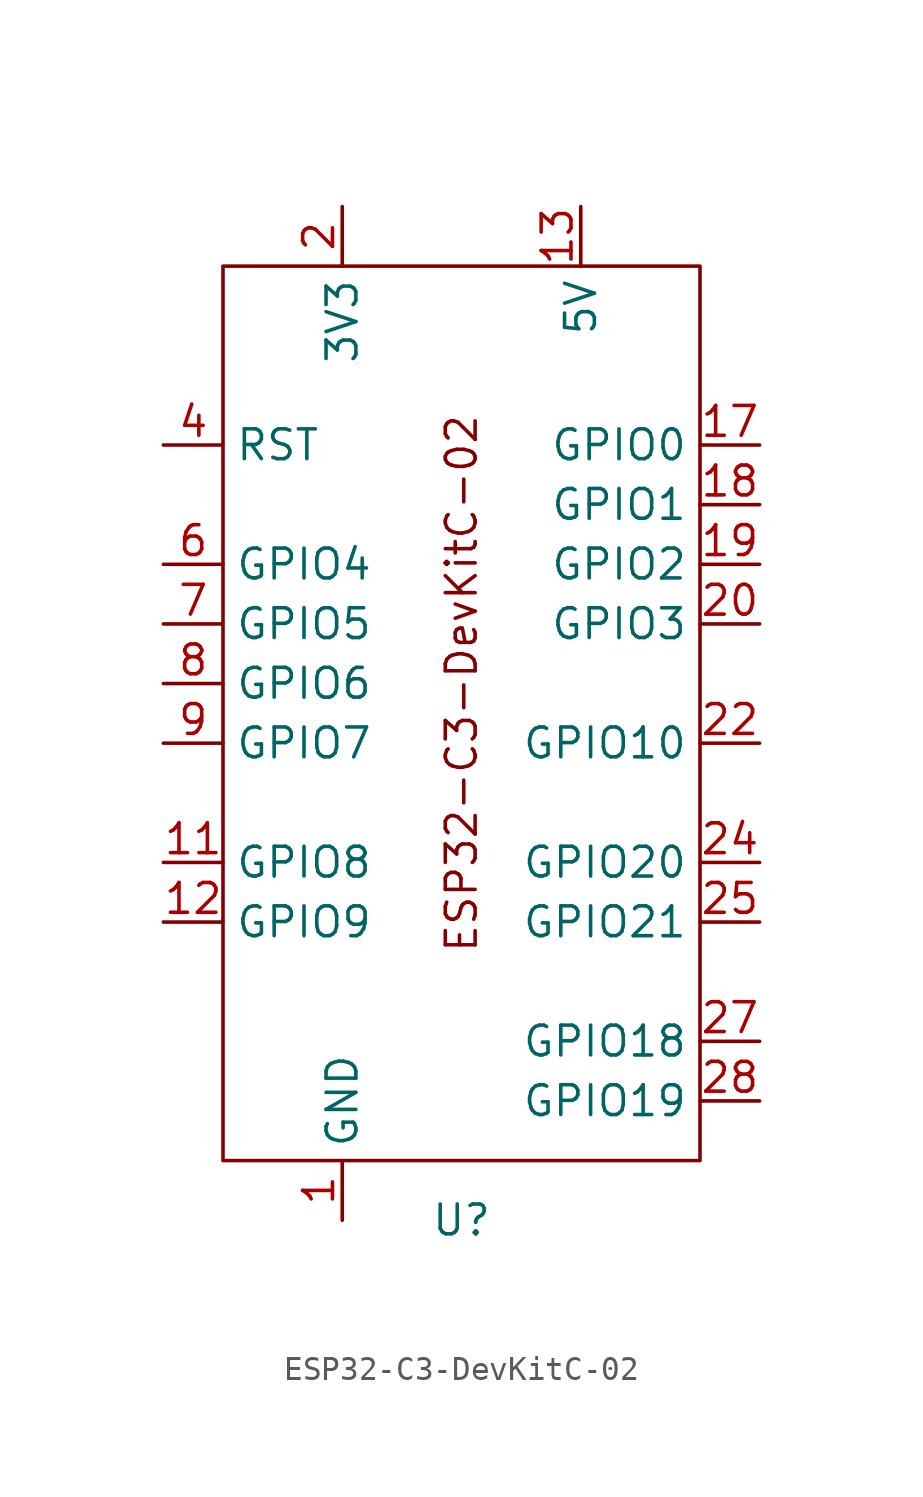
<source format=kicad_sym>
(kicad_symbol_lib
  (version 20220914)
  (generator kicad_symbol_editor)
  (symbol "ESP32-C3-DevKitC-02"
    (property "Reference" "U"
      (at 0 -22.86 0)
      (effects (font (size 1.27 1.27))))
    (property "Value" ""
      (at 0 7.62 0)
      (effects (font (size 1.27 1.27))))
    (symbol "ESP32-C3-DevKitC-02_0_1"
      (rectangle (start -10.16 17.78) (end 10.16 -20.32) (stroke (width 0) (type default)) (fill (type none))))
    (symbol "ESP32-C3-DevKitC-02_1_1"
      (text "ESP32-C3-DevKitC-02" (at 0 0 900) (effects (font (size 1.27 1.27))))
      (pin passive line (at -5.08 -22.86 90) (length 2.54) (name "GND" (effects (font (size 1.27 1.27)))) (number "1" (effects (font (size 1.27 1.27)))))
      (pin passive line (at -5.08 -22.86 90) (length 2.54) hide (name "GND" (effects (font (size 1.27 1.27)))) (number "10" (effects (font (size 1.27 1.27)))))
      (pin bidirectional line (at -12.7 -7.62 0) (length 2.54) (name "GPIO8" (effects (font (size 1.27 1.27)))) (number "11" (effects (font (size 1.27 1.27)))))
      (pin bidirectional line (at -12.7 -10.16 0) (length 2.54) (name "GPIO9" (effects (font (size 1.27 1.27)))) (number "12" (effects (font (size 1.27 1.27)))))
      (pin power_in line (at 5.08 20.32 270) (length 2.54) (name "5V" (effects (font (size 1.27 1.27)))) (number "13" (effects (font (size 1.27 1.27)))))
      (pin power_in line (at 5.08 20.32 270) (length 2.54) hide (name "5V" (effects (font (size 1.27 1.27)))) (number "14" (effects (font (size 1.27 1.27)))))
      (pin passive line (at -5.08 -22.86 90) (length 2.54) hide (name "GND" (effects (font (size 1.27 1.27)))) (number "15" (effects (font (size 1.27 1.27)))))
      (pin passive line (at -5.08 -22.86 90) (length 2.54) hide (name "GND" (effects (font (size 1.27 1.27)))) (number "16" (effects (font (size 1.27 1.27)))))
      (pin bidirectional line (at 12.7 10.16 180) (length 2.54) (name "GPIO0" (effects (font (size 1.27 1.27)))) (number "17" (effects (font (size 1.27 1.27)))))
      (pin bidirectional line (at 12.7 7.62 180) (length 2.54) (name "GPIO1" (effects (font (size 1.27 1.27)))) (number "18" (effects (font (size 1.27 1.27)))))
      (pin bidirectional line (at 12.7 5.08 180) (length 2.54) (name "GPIO2" (effects (font (size 1.27 1.27)))) (number "19" (effects (font (size 1.27 1.27)))))
      (pin power_in line (at -5.08 20.32 270) (length 2.54) (name "3V3" (effects (font (size 1.27 1.27)))) (number "2" (effects (font (size 1.27 1.27)))))
      (pin bidirectional line (at 12.7 2.54 180) (length 2.54) (name "GPIO3" (effects (font (size 1.27 1.27)))) (number "20" (effects (font (size 1.27 1.27)))))
      (pin passive line (at -5.08 -22.86 90) (length 2.54) hide (name "GND" (effects (font (size 1.27 1.27)))) (number "21" (effects (font (size 1.27 1.27)))))
      (pin bidirectional line (at 12.7 -2.54 180) (length 2.54) (name "GPIO10" (effects (font (size 1.27 1.27)))) (number "22" (effects (font (size 1.27 1.27)))))
      (pin passive line (at -5.08 -22.86 90) (length 2.54) hide (name "GND" (effects (font (size 1.27 1.27)))) (number "23" (effects (font (size 1.27 1.27)))))
      (pin bidirectional line (at 12.7 -7.62 180) (length 2.54) (name "GPIO20" (effects (font (size 1.27 1.27)))) (number "24" (effects (font (size 1.27 1.27)))))
      (pin bidirectional line (at 12.7 -10.16 180) (length 2.54) (name "GPIO21" (effects (font (size 1.27 1.27)))) (number "25" (effects (font (size 1.27 1.27)))))
      (pin passive line (at -5.08 -22.86 90) (length 2.54) hide (name "GND" (effects (font (size 1.27 1.27)))) (number "26" (effects (font (size 1.27 1.27)))))
      (pin bidirectional line (at 12.7 -15.24 180) (length 2.54) (name "GPIO18" (effects (font (size 1.27 1.27)))) (number "27" (effects (font (size 1.27 1.27)))))
      (pin bidirectional line (at 12.7 -17.78 180) (length 2.54) (name "GPIO19" (effects (font (size 1.27 1.27)))) (number "28" (effects (font (size 1.27 1.27)))))
      (pin passive line (at -5.08 -22.86 90) (length 2.54) hide (name "GND" (effects (font (size 1.27 1.27)))) (number "29" (effects (font (size 1.27 1.27)))))
      (pin power_in line (at -5.08 20.32 270) (length 2.54) hide (name "3V3" (effects (font (size 1.27 1.27)))) (number "3" (effects (font (size 1.27 1.27)))))
      (pin passive line (at -5.08 -22.86 90) (length 2.54) hide (name "GND" (effects (font (size 1.27 1.27)))) (number "30" (effects (font (size 1.27 1.27)))))
      (pin input line (at -12.7 10.16 0) (length 2.54) (name "RST" (effects (font (size 1.27 1.27)))) (number "4" (effects (font (size 1.27 1.27)))))
      (pin passive line (at -5.08 -22.86 90) (length 2.54) hide (name "GND" (effects (font (size 1.27 1.27)))) (number "5" (effects (font (size 1.27 1.27)))))
      (pin bidirectional line (at -12.7 5.08 0) (length 2.54) (name "GPIO4" (effects (font (size 1.27 1.27)))) (number "6" (effects (font (size 1.27 1.27)))))
      (pin bidirectional line (at -12.7 2.54 0) (length 2.54) (name "GPIO5" (effects (font (size 1.27 1.27)))) (number "7" (effects (font (size 1.27 1.27)))))
      (pin bidirectional line (at -12.7 0 0) (length 2.54) (name "GPIO6" (effects (font (size 1.27 1.27)))) (number "8" (effects (font (size 1.27 1.27)))))
      (pin bidirectional line (at -12.7 -2.54 0) (length 2.54) (name "GPIO7" (effects (font (size 1.27 1.27)))) (number "9" (effects (font (size 1.27 1.27))))))))
</source>
